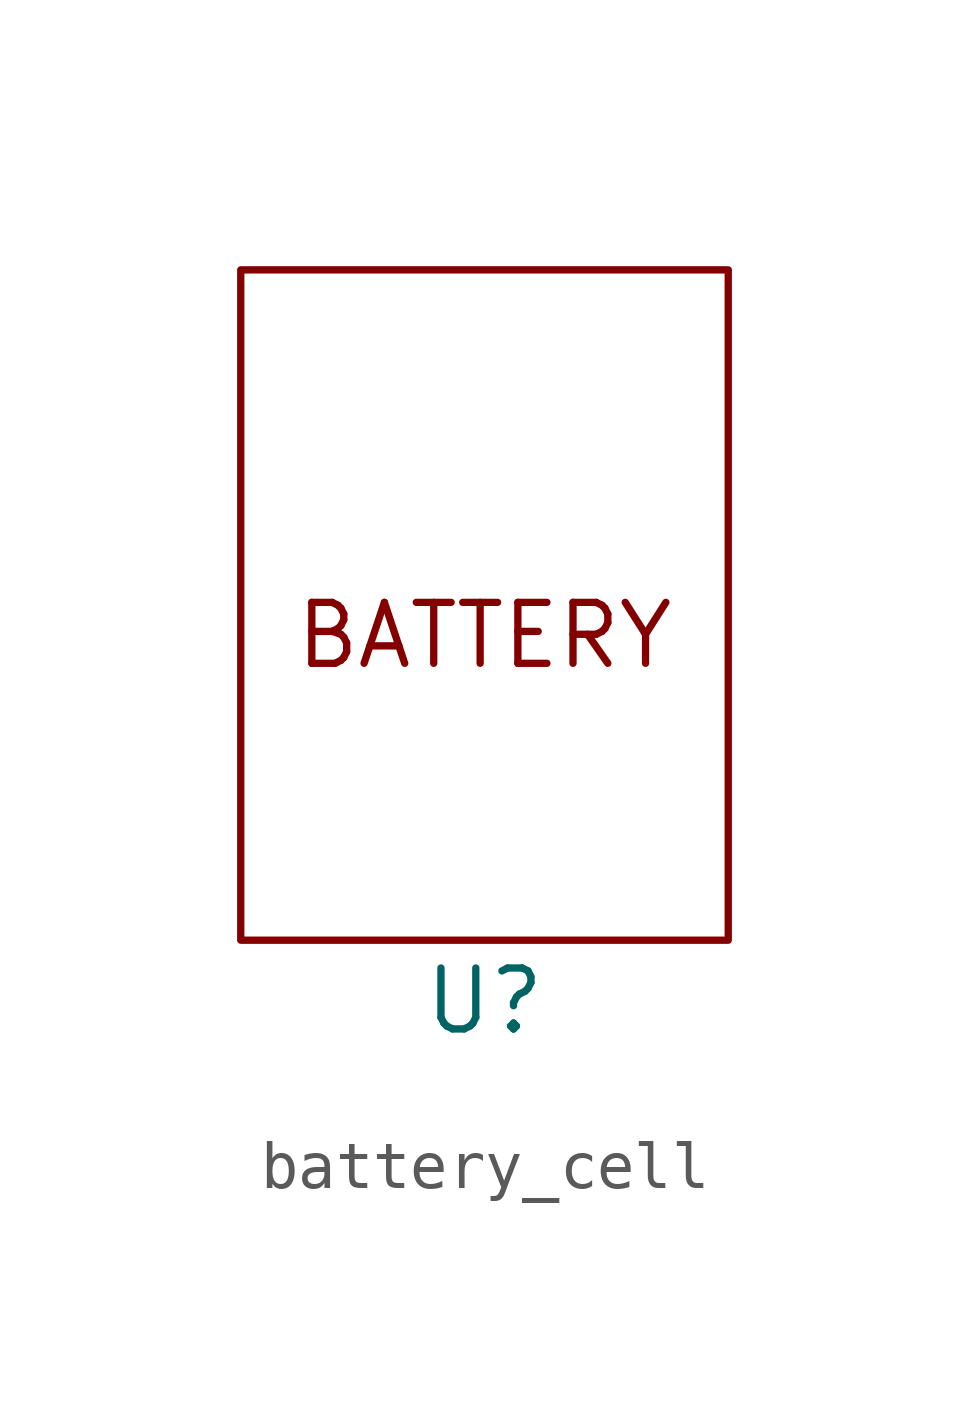
<source format=kicad_sym>
(kicad_symbol_lib
  (version 20220914)
  (generator kicad_symbol_editor)
  (symbol "battery_cell"
    (property "Reference" "U"
      (at 0 0 0)
      (effects (font (size 1.27 1.27))))
    (property "Value" ""
      (at 0 0 0)
      (effects (font (size 1.27 1.27))))
    (symbol "battery_cell_0_1"
      (rectangle (start -5.08 15.24) (end 5.08 1.27) (stroke (width 0) (type default)) (fill (type none))))
    (symbol "battery_cell_1_1"
      (text "BATTERY" (at 0 7.62 0) (effects (font (size 1.27 1.27)))))))
</source>
